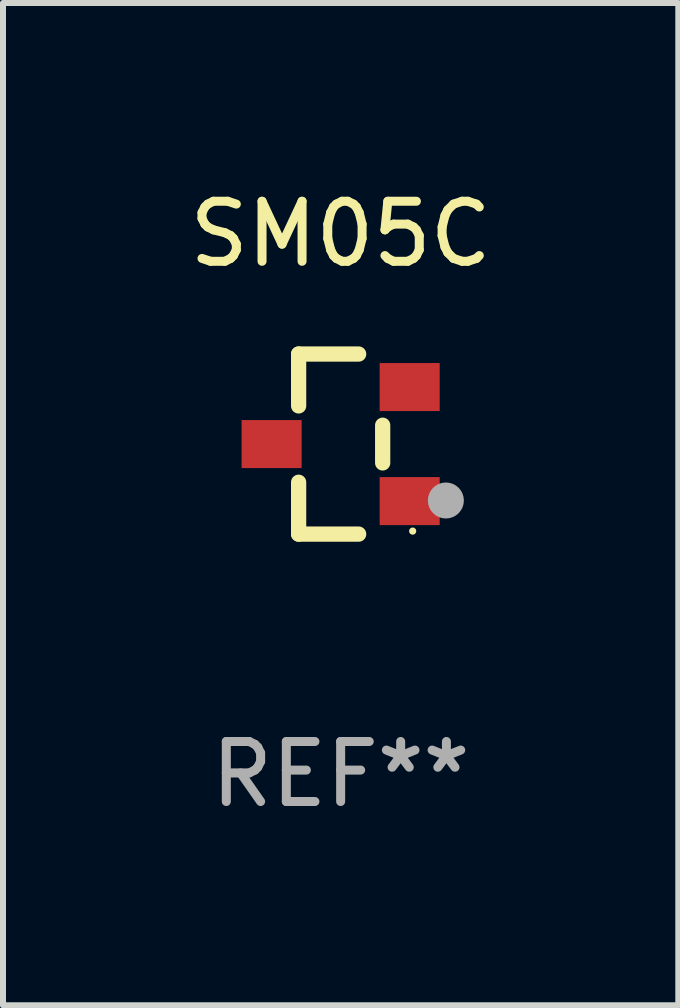
<source format=kicad_pcb>
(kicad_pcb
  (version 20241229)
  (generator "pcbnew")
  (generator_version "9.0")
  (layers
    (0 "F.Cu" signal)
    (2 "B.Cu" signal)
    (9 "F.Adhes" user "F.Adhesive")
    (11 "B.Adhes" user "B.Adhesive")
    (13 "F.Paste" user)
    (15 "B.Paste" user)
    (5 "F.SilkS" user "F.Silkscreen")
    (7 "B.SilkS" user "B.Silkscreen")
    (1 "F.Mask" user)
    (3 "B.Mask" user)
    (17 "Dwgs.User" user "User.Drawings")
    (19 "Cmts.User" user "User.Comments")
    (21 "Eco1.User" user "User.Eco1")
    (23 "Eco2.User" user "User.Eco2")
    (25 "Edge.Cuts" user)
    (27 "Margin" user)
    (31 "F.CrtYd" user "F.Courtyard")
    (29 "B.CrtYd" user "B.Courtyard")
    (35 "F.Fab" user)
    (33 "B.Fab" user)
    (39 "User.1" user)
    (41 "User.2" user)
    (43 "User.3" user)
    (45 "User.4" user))
  (footprint "SM05C"
    (layer "F.Cu")
    (at 2.625 4.348)
    (property "Reference" "SM05C" (at 0 -3.5 0) (layer "F.SilkS") (effects (font (size 1 1) (thickness 0.15))))
    (attr through_hole)
    (fp_line (start -0.7 -1.5) (end 0.3 -1.5) (stroke (width 0.254) (type solid)) (layer "F.SilkS"))
    (fp_line (start -0.7 -0.636) (end -0.7 -1.5) (stroke (width 0.254) (type solid)) (layer "F.SilkS"))
    (fp_line (start -0.7 1.5) (end -0.7 0.636) (stroke (width 0.254) (type solid)) (layer "F.SilkS"))
    (fp_line (start -0.7 1.5) (end 0.3 1.5) (stroke (width 0.254) (type solid)) (layer "F.SilkS"))
    (fp_line (start 0.7 0.314) (end 0.7 -0.314) (stroke (width 0.254) (type solid)) (layer "F.SilkS"))
    (fp_circle (center 1.2 1.45) (end 1.23 1.45) (stroke (width 0.06) (type solid)) (fill no) (layer "F.SilkS"))
    (fp_circle (center 1.753 0.94) (end 1.903 0.94) (stroke (width 0.3) (type solid)) (fill no) (layer "F.Fab"))
    (fp_text user "REF**" (at 0 5.5 0) (layer "F.Fab") (effects (font (size 1 1) (thickness 0.15))))
    (pad "1" smd rect (at 1.15 0.95 180) (size 1 0.8) (layers "F.Cu" "F.Mask" "F.Paste"))
    (pad "2" smd rect (at 1.15 -0.95 180) (size 1 0.8) (layers "F.Cu" "F.Mask" "F.Paste"))
    (pad "3" smd rect (at -1.15 -0.000051 180) (size 1 0.8) (layers "F.Cu" "F.Mask" "F.Paste")))
  (gr_rect
    (start -3 -3)
    (end 8.25 13.697)
    (stroke (width 0.1) (type default))
    (fill no)
    (layer "Edge.Cuts")))
</source>
